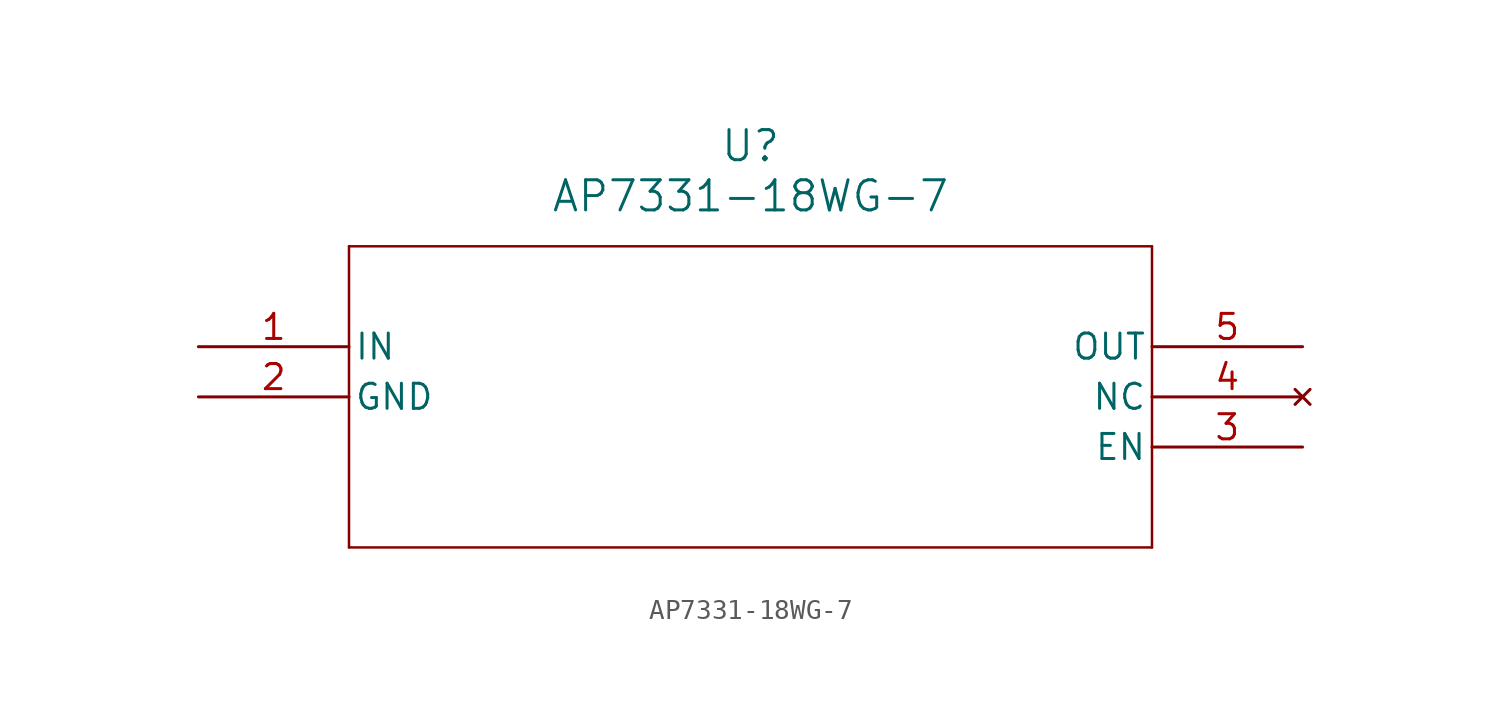
<source format=kicad_sym>
(kicad_symbol_lib
  (version 20211014)
  (generator kicad_symbol_editor)
  (symbol "AP7331-18WG-7"
    (pin_names
      (offset 0.254))
    (property "Reference" "U"
      (at 27.94 10.16 0)
      (effects (font (size 1.524 1.524))))
    (property "Value" "AP7331-18WG-7"
      (at 27.94 7.62 0)
      (effects (font (size 1.524 1.524))))
    (symbol "AP7331-18WG-7_0_1"
      (polyline (pts (xy 7.62 5.08) (xy 7.62 -10.16)) (stroke (width 0.127) (type default) (color 0 0 0 0)) (fill (type none)))
      (polyline (pts (xy 7.62 -10.16) (xy 48.26 -10.16)) (stroke (width 0.127) (type default) (color 0 0 0 0)) (fill (type none)))
      (polyline (pts (xy 48.26 -10.16) (xy 48.26 5.08)) (stroke (width 0.127) (type default) (color 0 0 0 0)) (fill (type none)))
      (polyline (pts (xy 48.26 5.08) (xy 7.62 5.08)) (stroke (width 0.127) (type default) (color 0 0 0 0)) (fill (type none)))
      (pin input line (at 0 0 0) (length 7.62) (name "IN" (effects (font (size 1.27 1.27)))) (number "1" (effects (font (size 1.27 1.27)))))
      (pin power_in line (at 0 -2.54 0) (length 7.62) (name "GND" (effects (font (size 1.27 1.27)))) (number "2" (effects (font (size 1.27 1.27)))))
      (pin input line (at 55.88 -5.08 180) (length 7.62) (name "EN" (effects (font (size 1.27 1.27)))) (number "3" (effects (font (size 1.27 1.27)))))
      (pin no_connect line (at 55.88 -2.54 180) (length 7.62) (name "NC" (effects (font (size 1.27 1.27)))) (number "4" (effects (font (size 1.27 1.27)))))
      (pin output line (at 55.88 0 180) (length 7.62) (name "OUT" (effects (font (size 1.27 1.27)))) (number "5" (effects (font (size 1.27 1.27))))))))
</source>
